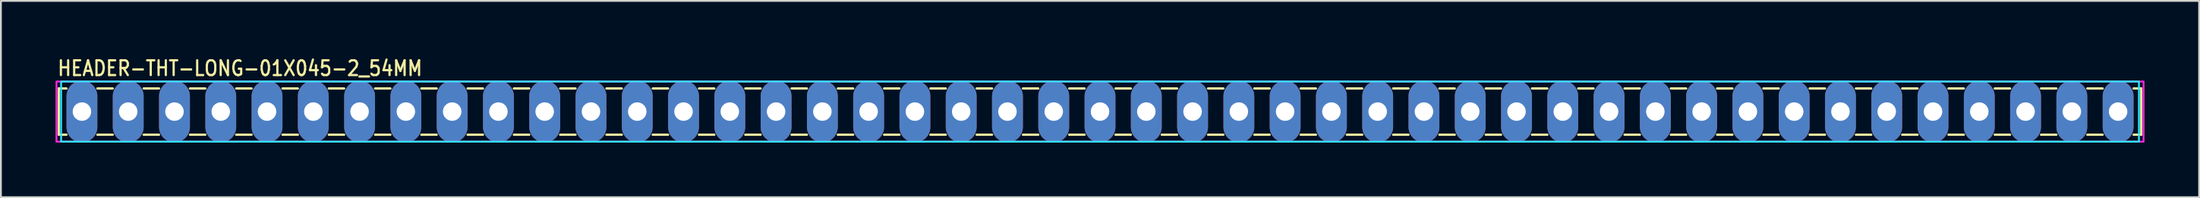
<source format=kicad_pcb>
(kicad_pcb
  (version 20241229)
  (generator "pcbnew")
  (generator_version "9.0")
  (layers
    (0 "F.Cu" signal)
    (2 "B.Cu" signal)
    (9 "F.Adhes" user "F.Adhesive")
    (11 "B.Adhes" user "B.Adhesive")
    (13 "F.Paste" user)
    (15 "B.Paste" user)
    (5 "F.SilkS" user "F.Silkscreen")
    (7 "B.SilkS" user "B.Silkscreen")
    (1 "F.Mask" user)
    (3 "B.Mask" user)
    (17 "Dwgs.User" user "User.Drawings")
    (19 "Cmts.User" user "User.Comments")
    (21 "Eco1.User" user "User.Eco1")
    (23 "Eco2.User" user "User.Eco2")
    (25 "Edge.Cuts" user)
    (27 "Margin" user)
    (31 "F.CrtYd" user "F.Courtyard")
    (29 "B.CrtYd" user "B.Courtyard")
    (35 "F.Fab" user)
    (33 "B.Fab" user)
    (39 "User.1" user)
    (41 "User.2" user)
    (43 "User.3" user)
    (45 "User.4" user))
  (footprint "HEADER-THT-LONG-01X045-2_54MM"
    (layer "F.Cu")
    (at 1.447 3.079)
    (property "Reference" "HEADER-THT-LONG-01X045-2_54MM" (at -1.4 -1.9 0) (unlocked yes) (layer "F.SilkS") (effects (font (size 0.813 0.695) (thickness 0.122)) (justify left bottom)))
    (fp_line (start -1.27 -1.27) (end -1.27 1.27) (stroke (width 0.127) (type solid)) (layer "F.SilkS"))
    (fp_line (start -1.27 1.27) (end -0.85 1.27) (stroke (width 0.127) (type solid)) (layer "F.SilkS"))
    (fp_line (start -0.85 -1.27) (end -1.27 -1.27) (stroke (width 0.127) (type solid)) (layer "F.SilkS"))
    (fp_line (start 0.85 -1.27) (end 1.69 -1.27) (stroke (width 0.127) (type solid)) (layer "F.SilkS"))
    (fp_line (start 0.85 1.27) (end 1.69 1.27) (stroke (width 0.127) (type solid)) (layer "F.SilkS"))
    (fp_line (start 3.39 -1.27) (end 4.23 -1.27) (stroke (width 0.127) (type solid)) (layer "F.SilkS"))
    (fp_line (start 3.39 1.27) (end 4.23 1.27) (stroke (width 0.127) (type solid)) (layer "F.SilkS"))
    (fp_line (start 5.93 -1.27) (end 6.77 -1.27) (stroke (width 0.127) (type solid)) (layer "F.SilkS"))
    (fp_line (start 5.93 1.27) (end 6.77 1.27) (stroke (width 0.127) (type solid)) (layer "F.SilkS"))
    (fp_line (start 8.47 -1.27) (end 9.31 -1.27) (stroke (width 0.127) (type solid)) (layer "F.SilkS"))
    (fp_line (start 8.47 1.27) (end 9.31 1.27) (stroke (width 0.127) (type solid)) (layer "F.SilkS"))
    (fp_line (start 11.01 -1.27) (end 11.85 -1.27) (stroke (width 0.127) (type solid)) (layer "F.SilkS"))
    (fp_line (start 11.01 1.27) (end 11.85 1.27) (stroke (width 0.127) (type solid)) (layer "F.SilkS"))
    (fp_line (start 13.55 -1.27) (end 14.39 -1.27) (stroke (width 0.127) (type solid)) (layer "F.SilkS"))
    (fp_line (start 13.55 1.27) (end 14.39 1.27) (stroke (width 0.127) (type solid)) (layer "F.SilkS"))
    (fp_line (start 16.09 -1.27) (end 16.93 -1.27) (stroke (width 0.127) (type solid)) (layer "F.SilkS"))
    (fp_line (start 16.09 1.27) (end 16.93 1.27) (stroke (width 0.127) (type solid)) (layer "F.SilkS"))
    (fp_line (start 18.63 -1.27) (end 19.47 -1.27) (stroke (width 0.127) (type solid)) (layer "F.SilkS"))
    (fp_line (start 18.63 1.27) (end 19.47 1.27) (stroke (width 0.127) (type solid)) (layer "F.SilkS"))
    (fp_line (start 21.17 -1.27) (end 22.01 -1.27) (stroke (width 0.127) (type solid)) (layer "F.SilkS"))
    (fp_line (start 21.17 1.27) (end 22.01 1.27) (stroke (width 0.127) (type solid)) (layer "F.SilkS"))
    (fp_line (start 23.71 -1.27) (end 24.55 -1.27) (stroke (width 0.127) (type solid)) (layer "F.SilkS"))
    (fp_line (start 23.71 1.27) (end 24.55 1.27) (stroke (width 0.127) (type solid)) (layer "F.SilkS"))
    (fp_line (start 26.25 -1.27) (end 27.09 -1.27) (stroke (width 0.127) (type solid)) (layer "F.SilkS"))
    (fp_line (start 26.25 1.27) (end 27.09 1.27) (stroke (width 0.127) (type solid)) (layer "F.SilkS"))
    (fp_line (start 28.79 -1.27) (end 29.63 -1.27) (stroke (width 0.127) (type solid)) (layer "F.SilkS"))
    (fp_line (start 28.79 1.27) (end 29.63 1.27) (stroke (width 0.127) (type solid)) (layer "F.SilkS"))
    (fp_line (start 31.33 -1.27) (end 32.17 -1.27) (stroke (width 0.127) (type solid)) (layer "F.SilkS"))
    (fp_line (start 31.33 1.27) (end 32.17 1.27) (stroke (width 0.127) (type solid)) (layer "F.SilkS"))
    (fp_line (start 33.87 -1.27) (end 34.71 -1.27) (stroke (width 0.127) (type solid)) (layer "F.SilkS"))
    (fp_line (start 33.87 1.27) (end 34.71 1.27) (stroke (width 0.127) (type solid)) (layer "F.SilkS"))
    (fp_line (start 36.41 -1.27) (end 37.25 -1.27) (stroke (width 0.127) (type solid)) (layer "F.SilkS"))
    (fp_line (start 36.41 1.27) (end 37.25 1.27) (stroke (width 0.127) (type solid)) (layer "F.SilkS"))
    (fp_line (start 38.95 -1.27) (end 39.79 -1.27) (stroke (width 0.127) (type solid)) (layer "F.SilkS"))
    (fp_line (start 38.95 1.27) (end 39.79 1.27) (stroke (width 0.127) (type solid)) (layer "F.SilkS"))
    (fp_line (start 41.49 -1.27) (end 42.33 -1.27) (stroke (width 0.127) (type solid)) (layer "F.SilkS"))
    (fp_line (start 41.49 1.27) (end 42.33 1.27) (stroke (width 0.127) (type solid)) (layer "F.SilkS"))
    (fp_line (start 44.03 -1.27) (end 44.87 -1.27) (stroke (width 0.127) (type solid)) (layer "F.SilkS"))
    (fp_line (start 44.03 1.27) (end 44.87 1.27) (stroke (width 0.127) (type solid)) (layer "F.SilkS"))
    (fp_line (start 46.57 -1.27) (end 47.41 -1.27) (stroke (width 0.127) (type solid)) (layer "F.SilkS"))
    (fp_line (start 46.57 1.27) (end 47.41 1.27) (stroke (width 0.127) (type solid)) (layer "F.SilkS"))
    (fp_line (start 49.11 -1.27) (end 49.95 -1.27) (stroke (width 0.127) (type solid)) (layer "F.SilkS"))
    (fp_line (start 49.11 1.27) (end 49.95 1.27) (stroke (width 0.127) (type solid)) (layer "F.SilkS"))
    (fp_line (start 51.65 -1.27) (end 52.49 -1.27) (stroke (width 0.127) (type solid)) (layer "F.SilkS"))
    (fp_line (start 51.65 1.27) (end 52.49 1.27) (stroke (width 0.127) (type solid)) (layer "F.SilkS"))
    (fp_line (start 54.19 -1.27) (end 55.03 -1.27) (stroke (width 0.127) (type solid)) (layer "F.SilkS"))
    (fp_line (start 54.19 1.27) (end 55.03 1.27) (stroke (width 0.127) (type solid)) (layer "F.SilkS"))
    (fp_line (start 56.73 -1.27) (end 57.57 -1.27) (stroke (width 0.127) (type solid)) (layer "F.SilkS"))
    (fp_line (start 56.73 1.27) (end 57.57 1.27) (stroke (width 0.127) (type solid)) (layer "F.SilkS"))
    (fp_line (start 59.27 -1.27) (end 60.11 -1.27) (stroke (width 0.127) (type solid)) (layer "F.SilkS"))
    (fp_line (start 59.27 1.27) (end 60.11 1.27) (stroke (width 0.127) (type solid)) (layer "F.SilkS"))
    (fp_line (start 61.81 -1.27) (end 62.65 -1.27) (stroke (width 0.127) (type solid)) (layer "F.SilkS"))
    (fp_line (start 61.81 1.27) (end 62.65 1.27) (stroke (width 0.127) (type solid)) (layer "F.SilkS"))
    (fp_line (start 64.35 -1.27) (end 65.19 -1.27) (stroke (width 0.127) (type solid)) (layer "F.SilkS"))
    (fp_line (start 64.35 1.27) (end 65.19 1.27) (stroke (width 0.127) (type solid)) (layer "F.SilkS"))
    (fp_line (start 66.89 -1.27) (end 67.73 -1.27) (stroke (width 0.127) (type solid)) (layer "F.SilkS"))
    (fp_line (start 66.89 1.27) (end 67.73 1.27) (stroke (width 0.127) (type solid)) (layer "F.SilkS"))
    (fp_line (start 69.43 -1.27) (end 70.27 -1.27) (stroke (width 0.127) (type solid)) (layer "F.SilkS"))
    (fp_line (start 69.43 1.27) (end 70.27 1.27) (stroke (width 0.127) (type solid)) (layer "F.SilkS"))
    (fp_line (start 71.97 -1.27) (end 72.81 -1.27) (stroke (width 0.127) (type solid)) (layer "F.SilkS"))
    (fp_line (start 71.97 1.27) (end 72.81 1.27) (stroke (width 0.127) (type solid)) (layer "F.SilkS"))
    (fp_line (start 74.51 -1.27) (end 75.35 -1.27) (stroke (width 0.127) (type solid)) (layer "F.SilkS"))
    (fp_line (start 74.51 1.27) (end 75.35 1.27) (stroke (width 0.127) (type solid)) (layer "F.SilkS"))
    (fp_line (start 77.05 -1.27) (end 77.89 -1.27) (stroke (width 0.127) (type solid)) (layer "F.SilkS"))
    (fp_line (start 77.05 1.27) (end 77.89 1.27) (stroke (width 0.127) (type solid)) (layer "F.SilkS"))
    (fp_line (start 79.59 -1.27) (end 80.43 -1.27) (stroke (width 0.127) (type solid)) (layer "F.SilkS"))
    (fp_line (start 79.59 1.27) (end 80.43 1.27) (stroke (width 0.127) (type solid)) (layer "F.SilkS"))
    (fp_line (start 82.13 -1.27) (end 82.97 -1.27) (stroke (width 0.127) (type solid)) (layer "F.SilkS"))
    (fp_line (start 82.13 1.27) (end 82.97 1.27) (stroke (width 0.127) (type solid)) (layer "F.SilkS"))
    (fp_line (start 84.67 -1.27) (end 85.51 -1.27) (stroke (width 0.127) (type solid)) (layer "F.SilkS"))
    (fp_line (start 84.67 1.27) (end 85.51 1.27) (stroke (width 0.127) (type solid)) (layer "F.SilkS"))
    (fp_line (start 87.21 -1.27) (end 88.05 -1.27) (stroke (width 0.127) (type solid)) (layer "F.SilkS"))
    (fp_line (start 87.21 1.27) (end 88.05 1.27) (stroke (width 0.127) (type solid)) (layer "F.SilkS"))
    (fp_line (start 89.75 -1.27) (end 90.59 -1.27) (stroke (width 0.127) (type solid)) (layer "F.SilkS"))
    (fp_line (start 89.75 1.27) (end 90.59 1.27) (stroke (width 0.127) (type solid)) (layer "F.SilkS"))
    (fp_line (start 92.29 -1.27) (end 93.13 -1.27) (stroke (width 0.127) (type solid)) (layer "F.SilkS"))
    (fp_line (start 92.29 1.27) (end 93.13 1.27) (stroke (width 0.127) (type solid)) (layer "F.SilkS"))
    (fp_line (start 94.83 -1.27) (end 95.67 -1.27) (stroke (width 0.127) (type solid)) (layer "F.SilkS"))
    (fp_line (start 94.83 1.27) (end 95.67 1.27) (stroke (width 0.127) (type solid)) (layer "F.SilkS"))
    (fp_line (start 97.37 -1.27) (end 98.21 -1.27) (stroke (width 0.127) (type solid)) (layer "F.SilkS"))
    (fp_line (start 97.37 1.27) (end 98.21 1.27) (stroke (width 0.127) (type solid)) (layer "F.SilkS"))
    (fp_line (start 99.91 -1.27) (end 100.75 -1.27) (stroke (width 0.127) (type solid)) (layer "F.SilkS"))
    (fp_line (start 99.91 1.27) (end 100.75 1.27) (stroke (width 0.127) (type solid)) (layer "F.SilkS"))
    (fp_line (start 102.45 -1.27) (end 103.29 -1.27) (stroke (width 0.127) (type solid)) (layer "F.SilkS"))
    (fp_line (start 102.45 1.27) (end 103.29 1.27) (stroke (width 0.127) (type solid)) (layer "F.SilkS"))
    (fp_line (start 104.99 -1.27) (end 105.83 -1.27) (stroke (width 0.127) (type solid)) (layer "F.SilkS"))
    (fp_line (start 104.99 1.27) (end 105.83 1.27) (stroke (width 0.127) (type solid)) (layer "F.SilkS"))
    (fp_line (start 107.53 -1.27) (end 108.37 -1.27) (stroke (width 0.127) (type solid)) (layer "F.SilkS"))
    (fp_line (start 107.53 1.27) (end 108.37 1.27) (stroke (width 0.127) (type solid)) (layer "F.SilkS"))
    (fp_line (start 110.07 -1.27) (end 110.91 -1.27) (stroke (width 0.127) (type solid)) (layer "F.SilkS"))
    (fp_line (start 110.07 1.27) (end 110.91 1.27) (stroke (width 0.127) (type solid)) (layer "F.SilkS"))
    (fp_line (start 112.61 -1.27) (end 113.03 -1.27) (stroke (width 0.127) (type solid)) (layer "F.SilkS"))
    (fp_line (start 113.03 -1.27) (end 113.03 1.27) (stroke (width 0.127) (type solid)) (layer "F.SilkS"))
    (fp_line (start 113.03 1.27) (end 112.61 1.27) (stroke (width 0.127) (type solid)) (layer "F.SilkS"))
    (fp_poly (pts (xy -1.143 -1.651) (xy 112.903 -1.651) (xy 112.903 1.651) (xy -1.143 1.651)) (stroke (width 0.1) (type solid)) (fill no) (layer "B.CrtYd"))
    (fp_poly (pts (xy -1.397 -1.651) (xy 113.157 -1.651) (xy 113.157 1.651) (xy -1.397 1.651)) (stroke (width 0.1) (type solid)) (fill no) (layer "F.CrtYd"))
    (pad "1" thru_hole oval (at 0 0 90) (size 3.387 1.693) (drill 1.016) (layers "*.Cu" "*.Mask"))
    (pad "2" thru_hole oval (at 2.54 0 90) (size 3.387 1.693) (drill 1.016) (layers "*.Cu" "*.Mask"))
    (pad "3" thru_hole oval (at 5.08 0 90) (size 3.387 1.693) (drill 1.016) (layers "*.Cu" "*.Mask"))
    (pad "4" thru_hole oval (at 7.62 0 90) (size 3.387 1.693) (drill 1.016) (layers "*.Cu" "*.Mask"))
    (pad "5" thru_hole oval (at 10.16 0 90) (size 3.387 1.693) (drill 1.016) (layers "*.Cu" "*.Mask"))
    (pad "6" thru_hole oval (at 12.7 0 90) (size 3.387 1.693) (drill 1.016) (layers "*.Cu" "*.Mask"))
    (pad "7" thru_hole oval (at 15.24 0 90) (size 3.387 1.693) (drill 1.016) (layers "*.Cu" "*.Mask"))
    (pad "8" thru_hole oval (at 17.78 0 90) (size 3.387 1.693) (drill 1.016) (layers "*.Cu" "*.Mask"))
    (pad "9" thru_hole oval (at 20.32 0 90) (size 3.387 1.693) (drill 1.016) (layers "*.Cu" "*.Mask"))
    (pad "10" thru_hole oval (at 22.86 0 90) (size 3.387 1.693) (drill 1.016) (layers "*.Cu" "*.Mask"))
    (pad "11" thru_hole oval (at 25.4 0 90) (size 3.387 1.693) (drill 1.016) (layers "*.Cu" "*.Mask"))
    (pad "12" thru_hole oval (at 27.94 0 90) (size 3.387 1.693) (drill 1.016) (layers "*.Cu" "*.Mask"))
    (pad "13" thru_hole oval (at 30.48 0 90) (size 3.387 1.693) (drill 1.016) (layers "*.Cu" "*.Mask"))
    (pad "14" thru_hole oval (at 33.02 0 90) (size 3.387 1.693) (drill 1.016) (layers "*.Cu" "*.Mask"))
    (pad "15" thru_hole oval (at 35.56 0 90) (size 3.387 1.693) (drill 1.016) (layers "*.Cu" "*.Mask"))
    (pad "16" thru_hole oval (at 38.1 0 90) (size 3.387 1.693) (drill 1.016) (layers "*.Cu" "*.Mask"))
    (pad "17" thru_hole oval (at 40.64 0 90) (size 3.387 1.693) (drill 1.016) (layers "*.Cu" "*.Mask"))
    (pad "18" thru_hole oval (at 43.18 0 90) (size 3.387 1.693) (drill 1.016) (layers "*.Cu" "*.Mask"))
    (pad "19" thru_hole oval (at 45.72 0 90) (size 3.387 1.693) (drill 1.016) (layers "*.Cu" "*.Mask"))
    (pad "20" thru_hole oval (at 48.26 0 90) (size 3.387 1.693) (drill 1.016) (layers "*.Cu" "*.Mask"))
    (pad "21" thru_hole oval (at 50.8 0 90) (size 3.387 1.693) (drill 1.016) (layers "*.Cu" "*.Mask"))
    (pad "22" thru_hole oval (at 53.34 0 90) (size 3.387 1.693) (drill 1.016) (layers "*.Cu" "*.Mask"))
    (pad "23" thru_hole oval (at 55.88 0 90) (size 3.387 1.693) (drill 1.016) (layers "*.Cu" "*.Mask"))
    (pad "24" thru_hole oval (at 58.42 0 90) (size 3.387 1.693) (drill 1.016) (layers "*.Cu" "*.Mask"))
    (pad "25" thru_hole oval (at 60.96 0 90) (size 3.387 1.693) (drill 1.016) (layers "*.Cu" "*.Mask"))
    (pad "26" thru_hole oval (at 63.5 0 90) (size 3.387 1.693) (drill 1.016) (layers "*.Cu" "*.Mask"))
    (pad "27" thru_hole oval (at 66.04 0 90) (size 3.387 1.693) (drill 1.016) (layers "*.Cu" "*.Mask"))
    (pad "28" thru_hole oval (at 68.58 0 90) (size 3.387 1.693) (drill 1.016) (layers "*.Cu" "*.Mask"))
    (pad "29" thru_hole oval (at 71.12 0 90) (size 3.387 1.693) (drill 1.016) (layers "*.Cu" "*.Mask"))
    (pad "30" thru_hole oval (at 73.66 0 90) (size 3.387 1.693) (drill 1.016) (layers "*.Cu" "*.Mask"))
    (pad "31" thru_hole oval (at 76.2 0 90) (size 3.387 1.693) (drill 1.016) (layers "*.Cu" "*.Mask"))
    (pad "32" thru_hole oval (at 78.74 0 90) (size 3.387 1.693) (drill 1.016) (layers "*.Cu" "*.Mask"))
    (pad "33" thru_hole oval (at 81.28 0 90) (size 3.387 1.693) (drill 1.016) (layers "*.Cu" "*.Mask"))
    (pad "34" thru_hole oval (at 83.82 0 90) (size 3.387 1.693) (drill 1.016) (layers "*.Cu" "*.Mask"))
    (pad "35" thru_hole oval (at 86.36 0 90) (size 3.387 1.693) (drill 1.016) (layers "*.Cu" "*.Mask"))
    (pad "36" thru_hole oval (at 88.9 0 90) (size 3.387 1.693) (drill 1.016) (layers "*.Cu" "*.Mask"))
    (pad "37" thru_hole oval (at 91.44 0 90) (size 3.387 1.693) (drill 1.016) (layers "*.Cu" "*.Mask"))
    (pad "38" thru_hole oval (at 93.98 0 90) (size 3.387 1.693) (drill 1.016) (layers "*.Cu" "*.Mask"))
    (pad "39" thru_hole oval (at 96.52 0 90) (size 3.387 1.693) (drill 1.016) (layers "*.Cu" "*.Mask"))
    (pad "40" thru_hole oval (at 99.06 0 90) (size 3.387 1.693) (drill 1.016) (layers "*.Cu" "*.Mask"))
    (pad "41" thru_hole oval (at 101.6 0 90) (size 3.387 1.693) (drill 1.016) (layers "*.Cu" "*.Mask"))
    (pad "42" thru_hole oval (at 104.14 0 90) (size 3.387 1.693) (drill 1.016) (layers "*.Cu" "*.Mask"))
    (pad "43" thru_hole oval (at 106.68 0 90) (size 3.387 1.693) (drill 1.016) (layers "*.Cu" "*.Mask"))
    (pad "44" thru_hole oval (at 109.22 0 90) (size 3.387 1.693) (drill 1.016) (layers "*.Cu" "*.Mask"))
    (pad "45" thru_hole oval (at 111.76 0 90) (size 3.387 1.693) (drill 1.016) (layers "*.Cu" "*.Mask")))
  (gr_rect
    (start -3 -3)
    (end 117.654 7.78)
    (stroke (width 0.1) (type default))
    (fill no)
    (layer "Edge.Cuts")))
</source>
